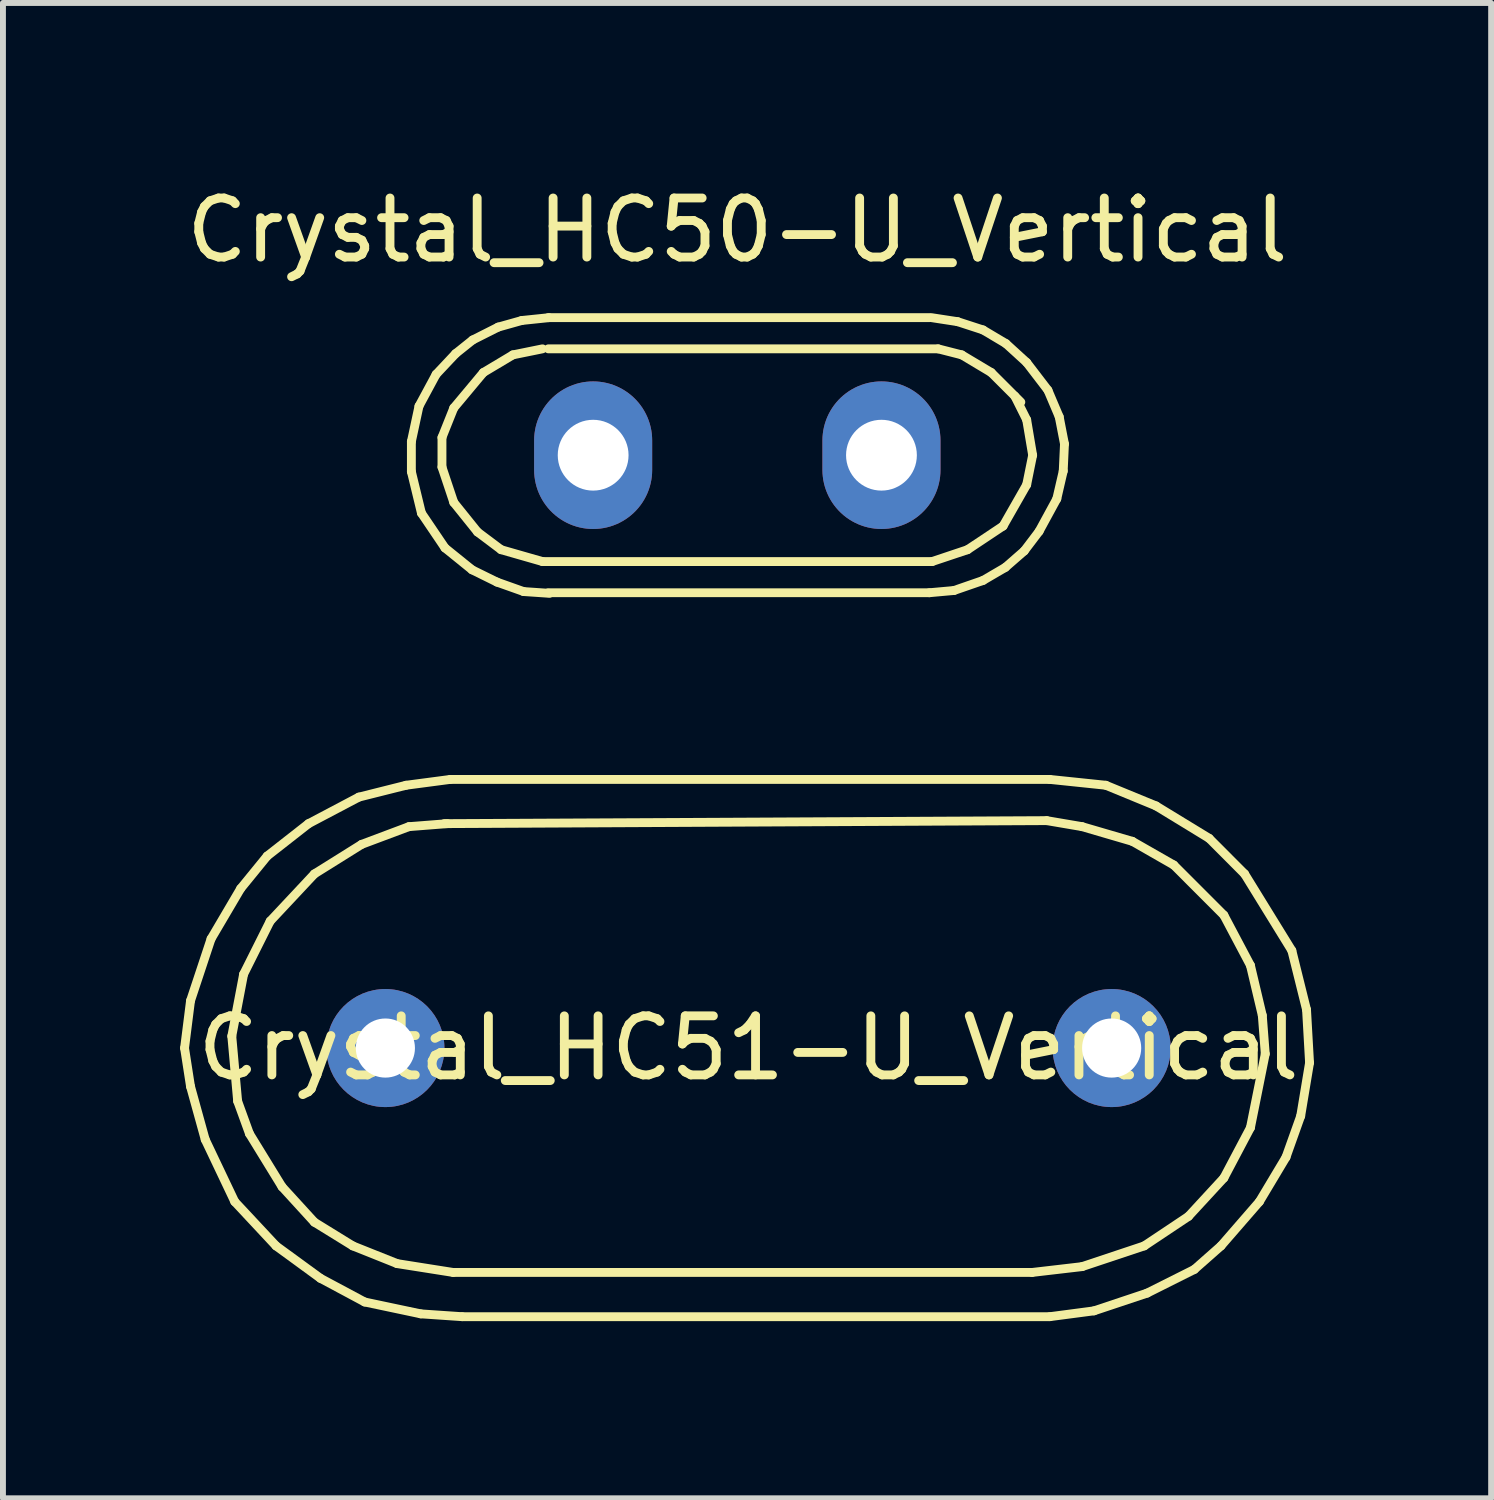
<source format=kicad_pcb>
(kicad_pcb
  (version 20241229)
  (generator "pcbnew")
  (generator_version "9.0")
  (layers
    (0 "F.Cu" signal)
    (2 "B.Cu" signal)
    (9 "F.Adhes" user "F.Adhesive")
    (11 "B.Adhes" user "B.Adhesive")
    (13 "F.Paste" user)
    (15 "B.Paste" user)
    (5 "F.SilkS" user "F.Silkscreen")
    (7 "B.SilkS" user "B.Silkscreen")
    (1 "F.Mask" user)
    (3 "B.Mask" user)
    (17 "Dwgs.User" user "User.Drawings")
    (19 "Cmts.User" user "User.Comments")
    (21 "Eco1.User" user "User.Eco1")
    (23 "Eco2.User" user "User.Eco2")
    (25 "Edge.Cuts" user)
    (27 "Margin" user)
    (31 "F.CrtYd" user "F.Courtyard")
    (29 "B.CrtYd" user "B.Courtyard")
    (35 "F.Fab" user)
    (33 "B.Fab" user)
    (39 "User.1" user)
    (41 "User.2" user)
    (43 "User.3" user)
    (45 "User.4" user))
  (footprint "Crystal_HC51-U_Vertical"
    (layer "F.Cu")
    (at 9.625 14.697)
    (property "Reference" "Crystal_HC51-U_Vertical" (at 0 0 0) (layer "F.SilkS") (effects (font (size 1 1) (thickness 0.15))))
    (attr through_hole)
    (fp_line (start -9.55 0) (end -9.449 -0.8) (stroke (width 0.15) (type solid)) (layer "F.SilkS"))
    (fp_line (start -9.449 -0.8) (end -9.101 -1.849) (stroke (width 0.15) (type solid)) (layer "F.SilkS"))
    (fp_line (start -9.449 0.65) (end -9.55 0) (stroke (width 0.15) (type solid)) (layer "F.SilkS"))
    (fp_line (start -9.2 1.549) (end -9.449 0.65) (stroke (width 0.15) (type solid)) (layer "F.SilkS"))
    (fp_line (start -9.101 -1.849) (end -8.6 -2.7) (stroke (width 0.15) (type solid)) (layer "F.SilkS"))
    (fp_line (start -8.75 -0.201) (end -8.55 -1.25) (stroke (width 0.15) (type solid)) (layer "F.SilkS"))
    (fp_line (start -8.7 2.601) (end -9.2 1.549) (stroke (width 0.15) (type solid)) (layer "F.SilkS"))
    (fp_line (start -8.651 0.899) (end -8.75 -0.201) (stroke (width 0.15) (type solid)) (layer "F.SilkS"))
    (fp_line (start -8.6 -2.7) (end -8.151 -3.251) (stroke (width 0.15) (type solid)) (layer "F.SilkS"))
    (fp_line (start -8.55 -1.25) (end -8.1 -2.149) (stroke (width 0.15) (type solid)) (layer "F.SilkS"))
    (fp_line (start -8.451 1.45) (end -8.651 0.899) (stroke (width 0.15) (type solid)) (layer "F.SilkS"))
    (fp_line (start -8.151 -3.251) (end -7.45 -3.8) (stroke (width 0.15) (type solid)) (layer "F.SilkS"))
    (fp_line (start -8.1 -2.149) (end -7.351 -2.949) (stroke (width 0.15) (type solid)) (layer "F.SilkS"))
    (fp_line (start -8.001 3.35) (end -8.7 2.601) (stroke (width 0.15) (type solid)) (layer "F.SilkS"))
    (fp_line (start -7.899 2.349) (end -8.451 1.45) (stroke (width 0.15) (type solid)) (layer "F.SilkS"))
    (fp_line (start -7.45 -3.8) (end -6.599 -4.249) (stroke (width 0.15) (type solid)) (layer "F.SilkS"))
    (fp_line (start -7.351 -2.949) (end -6.551 -3.449) (stroke (width 0.15) (type solid)) (layer "F.SilkS"))
    (fp_line (start -7.351 2.949) (end -7.899 2.349) (stroke (width 0.15) (type solid)) (layer "F.SilkS"))
    (fp_line (start -7.249 3.899) (end -8.001 3.35) (stroke (width 0.15) (type solid)) (layer "F.SilkS"))
    (fp_line (start -6.701 3.35) (end -7.351 2.949) (stroke (width 0.15) (type solid)) (layer "F.SilkS"))
    (fp_line (start -6.599 -4.249) (end -5.799 -4.45) (stroke (width 0.15) (type solid)) (layer "F.SilkS"))
    (fp_line (start -6.551 -3.449) (end -5.751 -3.749) (stroke (width 0.15) (type solid)) (layer "F.SilkS"))
    (fp_line (start -6.5 4.3) (end -7.249 3.899) (stroke (width 0.15) (type solid)) (layer "F.SilkS"))
    (fp_line (start -5.951 3.65) (end -6.701 3.35) (stroke (width 0.15) (type solid)) (layer "F.SilkS"))
    (fp_line (start -5.799 -4.45) (end -5.05 -4.549) (stroke (width 0.15) (type solid)) (layer "F.SilkS"))
    (fp_line (start -5.751 -3.749) (end -5.1 -3.8) (stroke (width 0.15) (type solid)) (layer "F.SilkS"))
    (fp_line (start -5.55 4.501) (end -6.5 4.3) (stroke (width 0.15) (type solid)) (layer "F.SilkS"))
    (fp_line (start -5.151 -3.8) (end 5.05 -3.851) (stroke (width 0.15) (type solid)) (layer "F.SilkS"))
    (fp_line (start -5.05 -4.549) (end 5.1 -4.549) (stroke (width 0.15) (type solid)) (layer "F.SilkS"))
    (fp_line (start -5.001 3.8) (end -5.951 3.65) (stroke (width 0.15) (type solid)) (layer "F.SilkS"))
    (fp_line (start -4.849 4.549) (end -5.55 4.501) (stroke (width 0.15) (type solid)) (layer "F.SilkS"))
    (fp_line (start 4.801 3.8) (end -5.001 3.8) (stroke (width 0.15) (type solid)) (layer "F.SilkS"))
    (fp_line (start 5.05 -3.851) (end 5.649 -3.749) (stroke (width 0.15) (type solid)) (layer "F.SilkS"))
    (fp_line (start 5.1 -4.549) (end 6.05 -4.45) (stroke (width 0.15) (type solid)) (layer "F.SilkS"))
    (fp_line (start 5.1 4.549) (end -4.849 4.549) (stroke (width 0.15) (type solid)) (layer "F.SilkS"))
    (fp_line (start 5.649 -3.749) (end 6.5 -3.5) (stroke (width 0.15) (type solid)) (layer "F.SilkS"))
    (fp_line (start 5.649 3.701) (end 4.801 3.8) (stroke (width 0.15) (type solid)) (layer "F.SilkS"))
    (fp_line (start 5.85 4.45) (end 5.1 4.549) (stroke (width 0.15) (type solid)) (layer "F.SilkS"))
    (fp_line (start 6.05 -4.45) (end 6.901 -4.1) (stroke (width 0.15) (type solid)) (layer "F.SilkS"))
    (fp_line (start 6.5 -3.5) (end 7.201 -3.099) (stroke (width 0.15) (type solid)) (layer "F.SilkS"))
    (fp_line (start 6.701 3.35) (end 5.649 3.701) (stroke (width 0.15) (type solid)) (layer "F.SilkS"))
    (fp_line (start 6.749 4.15) (end 5.85 4.45) (stroke (width 0.15) (type solid)) (layer "F.SilkS"))
    (fp_line (start 6.901 -4.1) (end 7.8 -3.551) (stroke (width 0.15) (type solid)) (layer "F.SilkS"))
    (fp_line (start 7.201 -3.099) (end 8.049 -2.25) (stroke (width 0.15) (type solid)) (layer "F.SilkS"))
    (fp_line (start 7.45 2.85) (end 6.701 3.35) (stroke (width 0.15) (type solid)) (layer "F.SilkS"))
    (fp_line (start 7.549 3.749) (end 6.749 4.15) (stroke (width 0.15) (type solid)) (layer "F.SilkS"))
    (fp_line (start 7.8 -3.551) (end 8.4 -2.949) (stroke (width 0.15) (type solid)) (layer "F.SilkS"))
    (fp_line (start 8.001 3.35) (end 7.549 3.749) (stroke (width 0.15) (type solid)) (layer "F.SilkS"))
    (fp_line (start 8.049 -2.25) (end 8.499 -1.4) (stroke (width 0.15) (type solid)) (layer "F.SilkS"))
    (fp_line (start 8.049 2.2) (end 7.45 2.85) (stroke (width 0.15) (type solid)) (layer "F.SilkS"))
    (fp_line (start 8.4 -2.949) (end 9.2 -1.651) (stroke (width 0.15) (type solid)) (layer "F.SilkS"))
    (fp_line (start 8.499 -1.4) (end 8.7 -0.551) (stroke (width 0.15) (type solid)) (layer "F.SilkS"))
    (fp_line (start 8.499 1.349) (end 8.049 2.2) (stroke (width 0.15) (type solid)) (layer "F.SilkS"))
    (fp_line (start 8.651 2.601) (end 8.001 3.35) (stroke (width 0.15) (type solid)) (layer "F.SilkS"))
    (fp_line (start 8.7 -0.551) (end 8.75 0.099) (stroke (width 0.15) (type solid)) (layer "F.SilkS"))
    (fp_line (start 8.75 0.099) (end 8.499 1.349) (stroke (width 0.15) (type solid)) (layer "F.SilkS"))
    (fp_line (start 9.101 1.849) (end 8.651 2.601) (stroke (width 0.15) (type solid)) (layer "F.SilkS"))
    (fp_line (start 9.2 -1.651) (end 9.449 -0.65) (stroke (width 0.15) (type solid)) (layer "F.SilkS"))
    (fp_line (start 9.35 1.151) (end 9.101 1.849) (stroke (width 0.15) (type solid)) (layer "F.SilkS"))
    (fp_line (start 9.449 -0.65) (end 9.5 0.249) (stroke (width 0.15) (type solid)) (layer "F.SilkS"))
    (fp_line (start 9.5 0.249) (end 9.35 1.151) (stroke (width 0.15) (type solid)) (layer "F.SilkS"))
    (pad "1" thru_hole circle (at -6.149 0) (size 1.999 1.999) (drill 1.001) (layers "*.Cu" "*.Mask"))
    (pad "2" thru_hole circle (at 6.149 0) (size 1.999 1.999) (drill 1.001) (layers "*.Cu" "*.Mask")))
  (footprint "Crystal_HC50-U_Vertical"
    (layer "F.Cu")
    (at 9.435 4.658)
    (property "Reference" "Crystal_HC50-U_Vertical" (at 0 -3.81 0) (layer "F.SilkS") (effects (font (size 1 1) (thickness 0.15))))
    (attr through_hole)
    (fp_line (start -5.519 -0.231) (end -5.519 0.279) (stroke (width 0.15) (type solid)) (layer "F.SilkS"))
    (fp_line (start -5.519 0.279) (end -5.349 0.98) (stroke (width 0.15) (type solid)) (layer "F.SilkS"))
    (fp_line (start -5.39 -0.831) (end -5.519 -0.231) (stroke (width 0.15) (type solid)) (layer "F.SilkS"))
    (fp_line (start -5.349 0.98) (end -4.95 1.57) (stroke (width 0.15) (type solid)) (layer "F.SilkS"))
    (fp_line (start -5.1 -1.369) (end -5.39 -0.831) (stroke (width 0.15) (type solid)) (layer "F.SilkS"))
    (fp_line (start -5.001 -0.3) (end -4.801 -0.8) (stroke (width 0.15) (type solid)) (layer "F.SilkS"))
    (fp_line (start -5.001 0.201) (end -5.001 -0.3) (stroke (width 0.15) (type solid)) (layer "F.SilkS"))
    (fp_line (start -4.95 1.57) (end -4.491 1.941) (stroke (width 0.15) (type solid)) (layer "F.SilkS"))
    (fp_line (start -4.801 -0.8) (end -4.3 -1.4) (stroke (width 0.15) (type solid)) (layer "F.SilkS"))
    (fp_line (start -4.801 0.8) (end -5.001 0.201) (stroke (width 0.15) (type solid)) (layer "F.SilkS"))
    (fp_line (start -4.77 -1.72) (end -5.1 -1.369) (stroke (width 0.15) (type solid)) (layer "F.SilkS"))
    (fp_line (start -4.491 1.941) (end -4.069 2.149) (stroke (width 0.15) (type solid)) (layer "F.SilkS"))
    (fp_line (start -4.481 -1.951) (end -4.77 -1.72) (stroke (width 0.15) (type solid)) (layer "F.SilkS"))
    (fp_line (start -4.399 1.3) (end -4.801 0.8) (stroke (width 0.15) (type solid)) (layer "F.SilkS"))
    (fp_line (start -4.3 -1.4) (end -3.8 -1.699) (stroke (width 0.15) (type solid)) (layer "F.SilkS"))
    (fp_line (start -4.069 2.149) (end -3.619 2.309) (stroke (width 0.15) (type solid)) (layer "F.SilkS"))
    (fp_line (start -4.049 -2.169) (end -4.481 -1.951) (stroke (width 0.15) (type solid)) (layer "F.SilkS"))
    (fp_line (start -4 1.6) (end -4.399 1.3) (stroke (width 0.15) (type solid)) (layer "F.SilkS"))
    (fp_line (start -3.8 -1.699) (end -3.299 -1.801) (stroke (width 0.15) (type solid)) (layer "F.SilkS"))
    (fp_line (start -3.65 -2.281) (end -4.049 -2.169) (stroke (width 0.15) (type solid)) (layer "F.SilkS"))
    (fp_line (start -3.619 2.309) (end -3.18 2.339) (stroke (width 0.15) (type solid)) (layer "F.SilkS"))
    (fp_line (start -3.299 1.801) (end -4 1.6) (stroke (width 0.15) (type solid)) (layer "F.SilkS"))
    (fp_line (start -3.2 -2.329) (end 3.251 -2.329) (stroke (width 0.15) (type solid)) (layer "F.SilkS"))
    (fp_line (start -3.2 -1.801) (end 3.401 -1.801) (stroke (width 0.15) (type solid)) (layer "F.SilkS"))
    (fp_line (start -3.2 2.329) (end 3.251 2.329) (stroke (width 0.15) (type solid)) (layer "F.SilkS"))
    (fp_line (start -3.19 -2.329) (end -3.65 -2.281) (stroke (width 0.15) (type solid)) (layer "F.SilkS"))
    (fp_line (start 3.251 2.329) (end 3.67 2.291) (stroke (width 0.15) (type solid)) (layer "F.SilkS"))
    (fp_line (start 3.299 1.801) (end -3.299 1.801) (stroke (width 0.15) (type solid)) (layer "F.SilkS"))
    (fp_line (start 3.401 -1.801) (end 3.8 -1.699) (stroke (width 0.15) (type solid)) (layer "F.SilkS"))
    (fp_line (start 3.67 2.291) (end 4.161 2.121) (stroke (width 0.15) (type solid)) (layer "F.SilkS"))
    (fp_line (start 3.731 -2.261) (end 3.289 -2.329) (stroke (width 0.15) (type solid)) (layer "F.SilkS"))
    (fp_line (start 3.8 -1.699) (end 4.3 -1.4) (stroke (width 0.15) (type solid)) (layer "F.SilkS"))
    (fp_line (start 3.899 1.6) (end 3.299 1.801) (stroke (width 0.15) (type solid)) (layer "F.SilkS"))
    (fp_line (start 4.161 -2.121) (end 3.731 -2.261) (stroke (width 0.15) (type solid)) (layer "F.SilkS"))
    (fp_line (start 4.161 2.121) (end 4.539 1.9) (stroke (width 0.15) (type solid)) (layer "F.SilkS"))
    (fp_line (start 4.3 -1.4) (end 4.801 -0.899) (stroke (width 0.15) (type solid)) (layer "F.SilkS"))
    (fp_line (start 4.501 1.199) (end 3.899 1.6) (stroke (width 0.15) (type solid)) (layer "F.SilkS"))
    (fp_line (start 4.539 1.9) (end 4.859 1.621) (stroke (width 0.15) (type solid)) (layer "F.SilkS"))
    (fp_line (start 4.549 -1.89) (end 4.161 -2.121) (stroke (width 0.15) (type solid)) (layer "F.SilkS"))
    (fp_line (start 4.699 -1.001) (end 4.9 -0.599) (stroke (width 0.15) (type solid)) (layer "F.SilkS"))
    (fp_line (start 4.859 1.621) (end 5.11 1.29) (stroke (width 0.15) (type solid)) (layer "F.SilkS"))
    (fp_line (start 4.9 -1.57) (end 4.549 -1.89) (stroke (width 0.15) (type solid)) (layer "F.SilkS"))
    (fp_line (start 4.9 -0.599) (end 5.001 0) (stroke (width 0.15) (type solid)) (layer "F.SilkS"))
    (fp_line (start 4.9 0.5) (end 4.501 1.199) (stroke (width 0.15) (type solid)) (layer "F.SilkS"))
    (fp_line (start 5.001 0) (end 4.9 0.5) (stroke (width 0.15) (type solid)) (layer "F.SilkS"))
    (fp_line (start 5.11 1.29) (end 5.41 0.739) (stroke (width 0.15) (type solid)) (layer "F.SilkS"))
    (fp_line (start 5.26 -1.1) (end 4.9 -1.57) (stroke (width 0.15) (type solid)) (layer "F.SilkS"))
    (fp_line (start 5.41 0.739) (end 5.519 0.269) (stroke (width 0.15) (type solid)) (layer "F.SilkS"))
    (fp_line (start 5.451 -0.65) (end 5.26 -1.1) (stroke (width 0.15) (type solid)) (layer "F.SilkS"))
    (fp_line (start 5.519 0.269) (end 5.54 -0.191) (stroke (width 0.15) (type solid)) (layer "F.SilkS"))
    (fp_line (start 5.54 -0.191) (end 5.451 -0.65) (stroke (width 0.15) (type solid)) (layer "F.SilkS"))
    (pad "1" thru_hole oval (at -2.441 0) (size 1.999 2.499) (drill 1.199) (layers "*.Cu" "*.Mask"))
    (pad "2" thru_hole oval (at 2.441 0) (size 1.999 2.499) (drill 1.199) (layers "*.Cu" "*.Mask")))
  (gr_rect
    (start -3 -3)
    (end 22.2 22.321)
    (stroke (width 0.1) (type default))
    (fill no)
    (layer "Edge.Cuts")))
</source>
